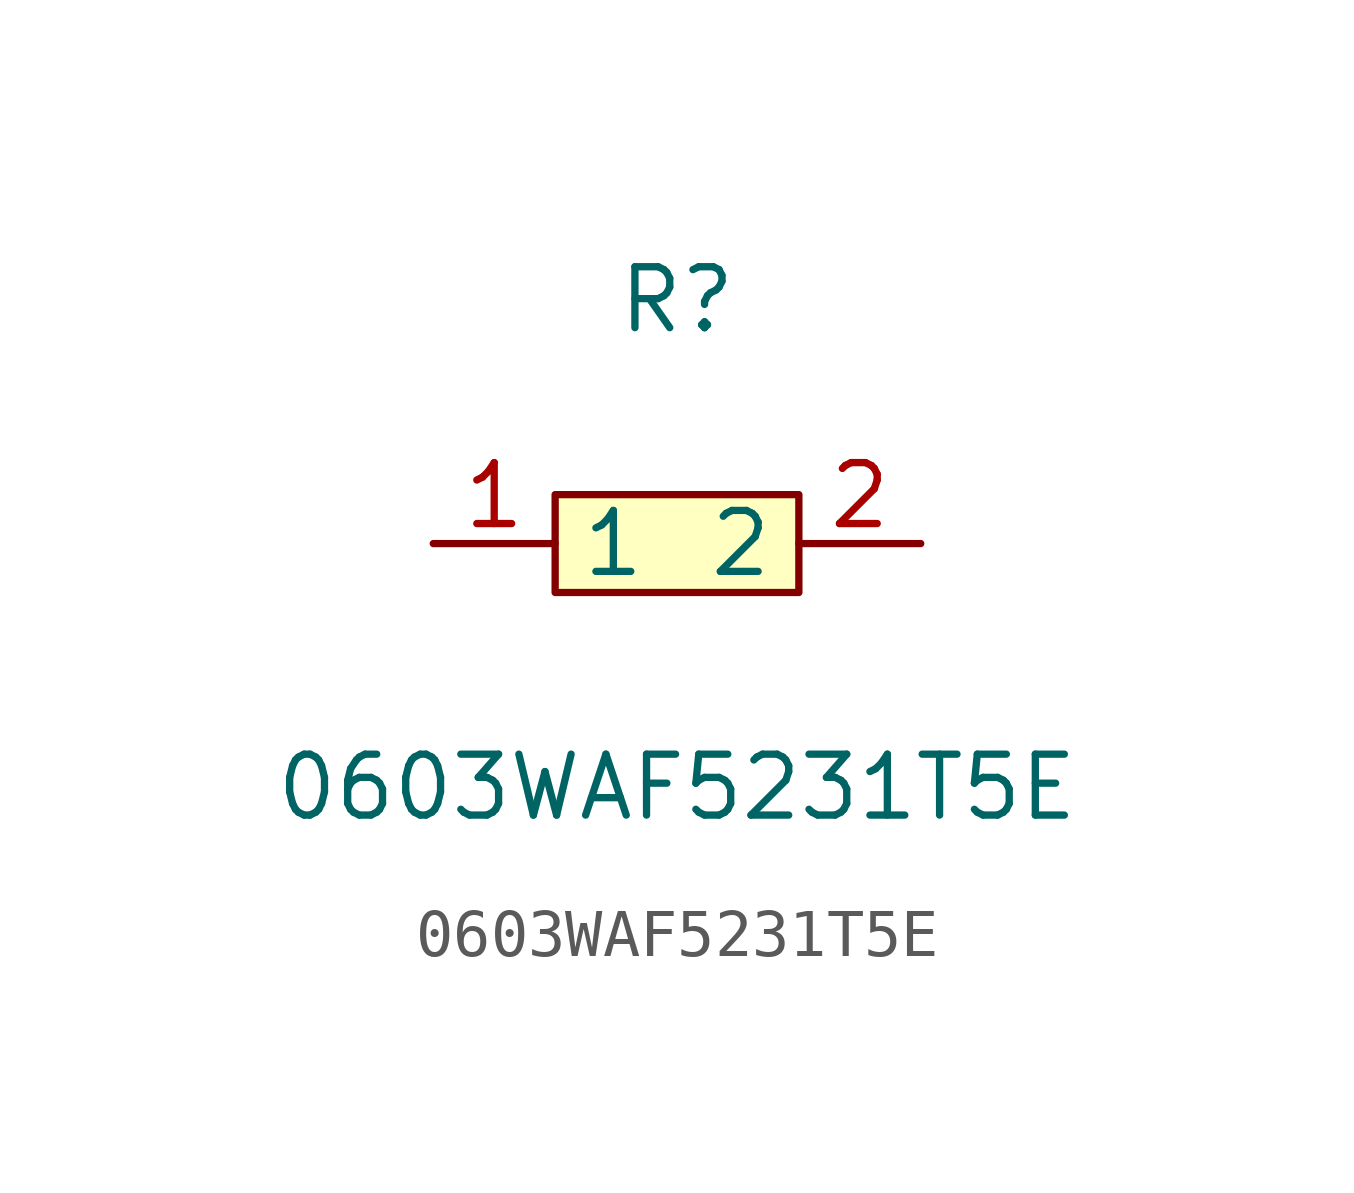
<source format=kicad_sym>
(kicad_symbol_lib
  (version 1)
  (generator "faebryk")
  (symbol "0603WAF5231T5E"
    (property "Reference" "R"
      (at 0 5.08 0)
      (effects (font (size 1.27 1.27)) (hide no)))
    (property "Value" "0603WAF5231T5E"
      (at 0 -5.08 0)
      (effects (font (size 1.27 1.27)) (hide no)))
    (symbol "0603WAF5231T5E_0_1"
      (rectangle (start -2.54 1.02) (end 2.54 -1.02) (stroke (width 0) (type default) (color 0 0 0 0)) (fill (type background)))
      (pin input line (at 5.08 0 180) (length 2.54) (name "2" (effects (font (size 1.27 1.27)) (hide no))) (number "2" (effects (font (size 1.27 1.27)) (hide no))))
      (pin input line (at -5.08 0 0) (length 2.54) (name "1" (effects (font (size 1.27 1.27)) (hide no))) (number "1" (effects (font (size 1.27 1.27)) (hide no)))))))
</source>
